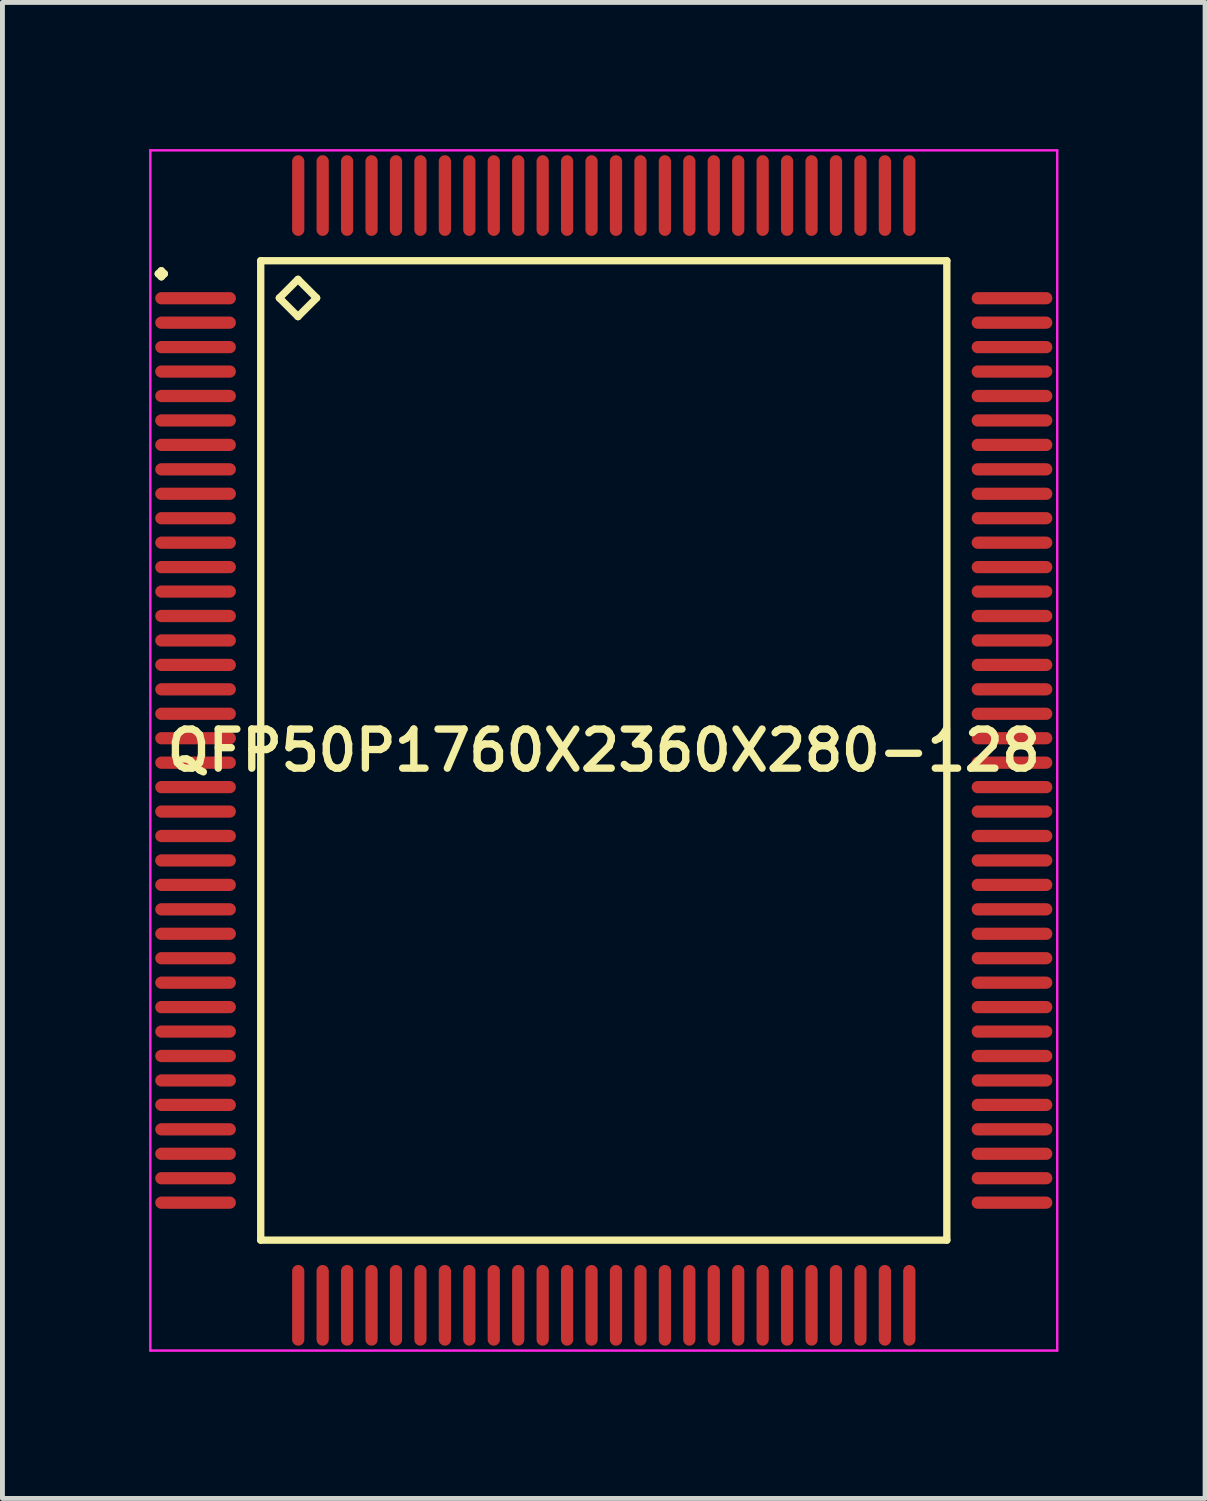
<source format=kicad_pcb>
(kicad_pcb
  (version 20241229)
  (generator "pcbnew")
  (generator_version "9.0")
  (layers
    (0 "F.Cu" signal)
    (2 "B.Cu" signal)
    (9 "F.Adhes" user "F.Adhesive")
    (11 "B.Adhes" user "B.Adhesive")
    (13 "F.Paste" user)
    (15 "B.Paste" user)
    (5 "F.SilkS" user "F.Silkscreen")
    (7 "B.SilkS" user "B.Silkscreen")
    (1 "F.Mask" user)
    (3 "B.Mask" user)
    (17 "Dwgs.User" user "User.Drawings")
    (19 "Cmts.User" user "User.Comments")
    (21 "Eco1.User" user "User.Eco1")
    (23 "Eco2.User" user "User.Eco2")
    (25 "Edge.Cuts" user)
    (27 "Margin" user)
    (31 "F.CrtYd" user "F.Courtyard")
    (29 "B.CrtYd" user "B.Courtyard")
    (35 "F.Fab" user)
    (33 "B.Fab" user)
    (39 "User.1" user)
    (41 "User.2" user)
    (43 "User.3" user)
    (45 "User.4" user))
  (footprint "QFP50P1760X2360X280-128"
    (layer "F.Cu")
    (at 9.3 12.3)
    (property "Reference" "QFP50P1760X2360X280-128" (at 0 0 0) (layer "F.SilkS") (effects (font (size 0.8 0.8) (thickness 0.15))))
    (attr smd)
    (fp_line (start -9.113 -9.75) (end -9.05 -9.812) (stroke (width 0.15) (type solid)) (layer "F.SilkS"))
    (fp_line (start -9.05 -9.812) (end -8.988 -9.75) (stroke (width 0.15) (type solid)) (layer "F.SilkS"))
    (fp_line (start -9.05 -9.688) (end -9.113 -9.75) (stroke (width 0.15) (type solid)) (layer "F.SilkS"))
    (fp_line (start -8.988 -9.75) (end -9.05 -9.688) (stroke (width 0.15) (type solid)) (layer "F.SilkS"))
    (fp_line (start -7.017 -10.017) (end -7.017 10.017) (stroke (width 0.15) (type solid)) (layer "F.SilkS"))
    (fp_line (start -7.017 10.017) (end 7.017 10.017) (stroke (width 0.15) (type solid)) (layer "F.SilkS"))
    (fp_line (start -6.636 -9.255) (end -6.255 -9.636) (stroke (width 0.15) (type solid)) (layer "F.SilkS"))
    (fp_line (start -6.255 -9.636) (end -5.874 -9.255) (stroke (width 0.15) (type solid)) (layer "F.SilkS"))
    (fp_line (start -6.255 -8.874) (end -6.636 -9.255) (stroke (width 0.15) (type solid)) (layer "F.SilkS"))
    (fp_line (start -5.874 -9.255) (end -6.255 -8.874) (stroke (width 0.15) (type solid)) (layer "F.SilkS"))
    (fp_line (start 7.017 -10.017) (end -7.017 -10.017) (stroke (width 0.15) (type solid)) (layer "F.SilkS"))
    (fp_line (start 7.017 10.017) (end 7.017 -10.017) (stroke (width 0.15) (type solid)) (layer "F.SilkS"))
    (fp_line (start -9.275 -12.275) (end 9.275 -12.275) (stroke (width 0.05) (type solid)) (layer "F.CrtYd"))
    (fp_line (start -9.275 12.275) (end -9.275 -12.275) (stroke (width 0.05) (type solid)) (layer "F.CrtYd"))
    (fp_line (start 9.275 -12.275) (end 9.275 12.275) (stroke (width 0.05) (type solid)) (layer "F.CrtYd"))
    (fp_line (start 9.275 12.275) (end -9.275 12.275) (stroke (width 0.05) (type solid)) (layer "F.CrtYd"))
    (pad "1" smd oval (at -8.35 -9.25) (size 1.65 0.25) (layers "F.Cu" "F.Mask" "F.Paste"))
    (pad "2" smd oval (at -8.35 -8.75) (size 1.65 0.25) (layers "F.Cu" "F.Mask" "F.Paste"))
    (pad "3" smd oval (at -8.35 -8.25) (size 1.65 0.25) (layers "F.Cu" "F.Mask" "F.Paste"))
    (pad "4" smd oval (at -8.35 -7.75) (size 1.65 0.25) (layers "F.Cu" "F.Mask" "F.Paste"))
    (pad "5" smd oval (at -8.35 -7.25) (size 1.65 0.25) (layers "F.Cu" "F.Mask" "F.Paste"))
    (pad "6" smd oval (at -8.35 -6.75) (size 1.65 0.25) (layers "F.Cu" "F.Mask" "F.Paste"))
    (pad "7" smd oval (at -8.35 -6.25) (size 1.65 0.25) (layers "F.Cu" "F.Mask" "F.Paste"))
    (pad "8" smd oval (at -8.35 -5.75) (size 1.65 0.25) (layers "F.Cu" "F.Mask" "F.Paste"))
    (pad "9" smd oval (at -8.35 -5.25) (size 1.65 0.25) (layers "F.Cu" "F.Mask" "F.Paste"))
    (pad "10" smd oval (at -8.35 -4.75) (size 1.65 0.25) (layers "F.Cu" "F.Mask" "F.Paste"))
    (pad "11" smd oval (at -8.35 -4.25) (size 1.65 0.25) (layers "F.Cu" "F.Mask" "F.Paste"))
    (pad "12" smd oval (at -8.35 -3.75) (size 1.65 0.25) (layers "F.Cu" "F.Mask" "F.Paste"))
    (pad "13" smd oval (at -8.35 -3.25) (size 1.65 0.25) (layers "F.Cu" "F.Mask" "F.Paste"))
    (pad "14" smd oval (at -8.35 -2.75) (size 1.65 0.25) (layers "F.Cu" "F.Mask" "F.Paste"))
    (pad "15" smd oval (at -8.35 -2.25) (size 1.65 0.25) (layers "F.Cu" "F.Mask" "F.Paste"))
    (pad "16" smd oval (at -8.35 -1.75) (size 1.65 0.25) (layers "F.Cu" "F.Mask" "F.Paste"))
    (pad "17" smd oval (at -8.35 -1.25) (size 1.65 0.25) (layers "F.Cu" "F.Mask" "F.Paste"))
    (pad "18" smd oval (at -8.35 -0.75) (size 1.65 0.25) (layers "F.Cu" "F.Mask" "F.Paste"))
    (pad "19" smd oval (at -8.35 -0.25) (size 1.65 0.25) (layers "F.Cu" "F.Mask" "F.Paste"))
    (pad "20" smd oval (at -8.35 0.25) (size 1.65 0.25) (layers "F.Cu" "F.Mask" "F.Paste"))
    (pad "21" smd oval (at -8.35 0.75) (size 1.65 0.25) (layers "F.Cu" "F.Mask" "F.Paste"))
    (pad "22" smd oval (at -8.35 1.25) (size 1.65 0.25) (layers "F.Cu" "F.Mask" "F.Paste"))
    (pad "23" smd oval (at -8.35 1.75) (size 1.65 0.25) (layers "F.Cu" "F.Mask" "F.Paste"))
    (pad "24" smd oval (at -8.35 2.25) (size 1.65 0.25) (layers "F.Cu" "F.Mask" "F.Paste"))
    (pad "25" smd oval (at -8.35 2.75) (size 1.65 0.25) (layers "F.Cu" "F.Mask" "F.Paste"))
    (pad "26" smd oval (at -8.35 3.25) (size 1.65 0.25) (layers "F.Cu" "F.Mask" "F.Paste"))
    (pad "27" smd oval (at -8.35 3.75) (size 1.65 0.25) (layers "F.Cu" "F.Mask" "F.Paste"))
    (pad "28" smd oval (at -8.35 4.25) (size 1.65 0.25) (layers "F.Cu" "F.Mask" "F.Paste"))
    (pad "29" smd oval (at -8.35 4.75) (size 1.65 0.25) (layers "F.Cu" "F.Mask" "F.Paste"))
    (pad "30" smd oval (at -8.35 5.25) (size 1.65 0.25) (layers "F.Cu" "F.Mask" "F.Paste"))
    (pad "31" smd oval (at -8.35 5.75) (size 1.65 0.25) (layers "F.Cu" "F.Mask" "F.Paste"))
    (pad "32" smd oval (at -8.35 6.25) (size 1.65 0.25) (layers "F.Cu" "F.Mask" "F.Paste"))
    (pad "33" smd oval (at -8.35 6.75) (size 1.65 0.25) (layers "F.Cu" "F.Mask" "F.Paste"))
    (pad "34" smd oval (at -8.35 7.25) (size 1.65 0.25) (layers "F.Cu" "F.Mask" "F.Paste"))
    (pad "35" smd oval (at -8.35 7.75) (size 1.65 0.25) (layers "F.Cu" "F.Mask" "F.Paste"))
    (pad "36" smd oval (at -8.35 8.25) (size 1.65 0.25) (layers "F.Cu" "F.Mask" "F.Paste"))
    (pad "37" smd oval (at -8.35 8.75) (size 1.65 0.25) (layers "F.Cu" "F.Mask" "F.Paste"))
    (pad "38" smd oval (at -8.35 9.25) (size 1.65 0.25) (layers "F.Cu" "F.Mask" "F.Paste"))
    (pad "39" smd oval (at -6.25 11.35) (size 0.25 1.65) (layers "F.Cu" "F.Mask" "F.Paste"))
    (pad "40" smd oval (at -5.75 11.35) (size 0.25 1.65) (layers "F.Cu" "F.Mask" "F.Paste"))
    (pad "41" smd oval (at -5.25 11.35) (size 0.25 1.65) (layers "F.Cu" "F.Mask" "F.Paste"))
    (pad "42" smd oval (at -4.75 11.35) (size 0.25 1.65) (layers "F.Cu" "F.Mask" "F.Paste"))
    (pad "43" smd oval (at -4.25 11.35) (size 0.25 1.65) (layers "F.Cu" "F.Mask" "F.Paste"))
    (pad "44" smd oval (at -3.75 11.35) (size 0.25 1.65) (layers "F.Cu" "F.Mask" "F.Paste"))
    (pad "45" smd oval (at -3.25 11.35) (size 0.25 1.65) (layers "F.Cu" "F.Mask" "F.Paste"))
    (pad "46" smd oval (at -2.75 11.35) (size 0.25 1.65) (layers "F.Cu" "F.Mask" "F.Paste"))
    (pad "47" smd oval (at -2.25 11.35) (size 0.25 1.65) (layers "F.Cu" "F.Mask" "F.Paste"))
    (pad "48" smd oval (at -1.75 11.35) (size 0.25 1.65) (layers "F.Cu" "F.Mask" "F.Paste"))
    (pad "49" smd oval (at -1.25 11.35) (size 0.25 1.65) (layers "F.Cu" "F.Mask" "F.Paste"))
    (pad "50" smd oval (at -0.75 11.35) (size 0.25 1.65) (layers "F.Cu" "F.Mask" "F.Paste"))
    (pad "51" smd oval (at -0.25 11.35) (size 0.25 1.65) (layers "F.Cu" "F.Mask" "F.Paste"))
    (pad "52" smd oval (at 0.25 11.35) (size 0.25 1.65) (layers "F.Cu" "F.Mask" "F.Paste"))
    (pad "53" smd oval (at 0.75 11.35) (size 0.25 1.65) (layers "F.Cu" "F.Mask" "F.Paste"))
    (pad "54" smd oval (at 1.25 11.35) (size 0.25 1.65) (layers "F.Cu" "F.Mask" "F.Paste"))
    (pad "55" smd oval (at 1.75 11.35) (size 0.25 1.65) (layers "F.Cu" "F.Mask" "F.Paste"))
    (pad "56" smd oval (at 2.25 11.35) (size 0.25 1.65) (layers "F.Cu" "F.Mask" "F.Paste"))
    (pad "57" smd oval (at 2.75 11.35) (size 0.25 1.65) (layers "F.Cu" "F.Mask" "F.Paste"))
    (pad "58" smd oval (at 3.25 11.35) (size 0.25 1.65) (layers "F.Cu" "F.Mask" "F.Paste"))
    (pad "59" smd oval (at 3.75 11.35) (size 0.25 1.65) (layers "F.Cu" "F.Mask" "F.Paste"))
    (pad "60" smd oval (at 4.25 11.35) (size 0.25 1.65) (layers "F.Cu" "F.Mask" "F.Paste"))
    (pad "61" smd oval (at 4.75 11.35) (size 0.25 1.65) (layers "F.Cu" "F.Mask" "F.Paste"))
    (pad "62" smd oval (at 5.25 11.35) (size 0.25 1.65) (layers "F.Cu" "F.Mask" "F.Paste"))
    (pad "63" smd oval (at 5.75 11.35) (size 0.25 1.65) (layers "F.Cu" "F.Mask" "F.Paste"))
    (pad "64" smd oval (at 6.25 11.35) (size 0.25 1.65) (layers "F.Cu" "F.Mask" "F.Paste"))
    (pad "65" smd oval (at 8.35 9.25) (size 1.65 0.25) (layers "F.Cu" "F.Mask" "F.Paste"))
    (pad "66" smd oval (at 8.35 8.75) (size 1.65 0.25) (layers "F.Cu" "F.Mask" "F.Paste"))
    (pad "67" smd oval (at 8.35 8.25) (size 1.65 0.25) (layers "F.Cu" "F.Mask" "F.Paste"))
    (pad "68" smd oval (at 8.35 7.75) (size 1.65 0.25) (layers "F.Cu" "F.Mask" "F.Paste"))
    (pad "69" smd oval (at 8.35 7.25) (size 1.65 0.25) (layers "F.Cu" "F.Mask" "F.Paste"))
    (pad "70" smd oval (at 8.35 6.75) (size 1.65 0.25) (layers "F.Cu" "F.Mask" "F.Paste"))
    (pad "71" smd oval (at 8.35 6.25) (size 1.65 0.25) (layers "F.Cu" "F.Mask" "F.Paste"))
    (pad "72" smd oval (at 8.35 5.75) (size 1.65 0.25) (layers "F.Cu" "F.Mask" "F.Paste"))
    (pad "73" smd oval (at 8.35 5.25) (size 1.65 0.25) (layers "F.Cu" "F.Mask" "F.Paste"))
    (pad "74" smd oval (at 8.35 4.75) (size 1.65 0.25) (layers "F.Cu" "F.Mask" "F.Paste"))
    (pad "75" smd oval (at 8.35 4.25) (size 1.65 0.25) (layers "F.Cu" "F.Mask" "F.Paste"))
    (pad "76" smd oval (at 8.35 3.75) (size 1.65 0.25) (layers "F.Cu" "F.Mask" "F.Paste"))
    (pad "77" smd oval (at 8.35 3.25) (size 1.65 0.25) (layers "F.Cu" "F.Mask" "F.Paste"))
    (pad "78" smd oval (at 8.35 2.75) (size 1.65 0.25) (layers "F.Cu" "F.Mask" "F.Paste"))
    (pad "79" smd oval (at 8.35 2.25) (size 1.65 0.25) (layers "F.Cu" "F.Mask" "F.Paste"))
    (pad "80" smd oval (at 8.35 1.75) (size 1.65 0.25) (layers "F.Cu" "F.Mask" "F.Paste"))
    (pad "81" smd oval (at 8.35 1.25) (size 1.65 0.25) (layers "F.Cu" "F.Mask" "F.Paste"))
    (pad "82" smd oval (at 8.35 0.75) (size 1.65 0.25) (layers "F.Cu" "F.Mask" "F.Paste"))
    (pad "83" smd oval (at 8.35 0.25) (size 1.65 0.25) (layers "F.Cu" "F.Mask" "F.Paste"))
    (pad "84" smd oval (at 8.35 -0.25) (size 1.65 0.25) (layers "F.Cu" "F.Mask" "F.Paste"))
    (pad "85" smd oval (at 8.35 -0.75) (size 1.65 0.25) (layers "F.Cu" "F.Mask" "F.Paste"))
    (pad "86" smd oval (at 8.35 -1.25) (size 1.65 0.25) (layers "F.Cu" "F.Mask" "F.Paste"))
    (pad "87" smd oval (at 8.35 -1.75) (size 1.65 0.25) (layers "F.Cu" "F.Mask" "F.Paste"))
    (pad "88" smd oval (at 8.35 -2.25) (size 1.65 0.25) (layers "F.Cu" "F.Mask" "F.Paste"))
    (pad "89" smd oval (at 8.35 -2.75) (size 1.65 0.25) (layers "F.Cu" "F.Mask" "F.Paste"))
    (pad "90" smd oval (at 8.35 -3.25) (size 1.65 0.25) (layers "F.Cu" "F.Mask" "F.Paste"))
    (pad "91" smd oval (at 8.35 -3.75) (size 1.65 0.25) (layers "F.Cu" "F.Mask" "F.Paste"))
    (pad "92" smd oval (at 8.35 -4.25) (size 1.65 0.25) (layers "F.Cu" "F.Mask" "F.Paste"))
    (pad "93" smd oval (at 8.35 -4.75) (size 1.65 0.25) (layers "F.Cu" "F.Mask" "F.Paste"))
    (pad "94" smd oval (at 8.35 -5.25) (size 1.65 0.25) (layers "F.Cu" "F.Mask" "F.Paste"))
    (pad "95" smd oval (at 8.35 -5.75) (size 1.65 0.25) (layers "F.Cu" "F.Mask" "F.Paste"))
    (pad "96" smd oval (at 8.35 -6.25) (size 1.65 0.25) (layers "F.Cu" "F.Mask" "F.Paste"))
    (pad "97" smd oval (at 8.35 -6.75) (size 1.65 0.25) (layers "F.Cu" "F.Mask" "F.Paste"))
    (pad "98" smd oval (at 8.35 -7.25) (size 1.65 0.25) (layers "F.Cu" "F.Mask" "F.Paste"))
    (pad "99" smd oval (at 8.35 -7.75) (size 1.65 0.25) (layers "F.Cu" "F.Mask" "F.Paste"))
    (pad "100" smd oval (at 8.35 -8.25) (size 1.65 0.25) (layers "F.Cu" "F.Mask" "F.Paste"))
    (pad "101" smd oval (at 8.35 -8.75) (size 1.65 0.25) (layers "F.Cu" "F.Mask" "F.Paste"))
    (pad "102" smd oval (at 8.35 -9.25) (size 1.65 0.25) (layers "F.Cu" "F.Mask" "F.Paste"))
    (pad "103" smd oval (at 6.25 -11.35) (size 0.25 1.65) (layers "F.Cu" "F.Mask" "F.Paste"))
    (pad "104" smd oval (at 5.75 -11.35) (size 0.25 1.65) (layers "F.Cu" "F.Mask" "F.Paste"))
    (pad "105" smd oval (at 5.25 -11.35) (size 0.25 1.65) (layers "F.Cu" "F.Mask" "F.Paste"))
    (pad "106" smd oval (at 4.75 -11.35) (size 0.25 1.65) (layers "F.Cu" "F.Mask" "F.Paste"))
    (pad "107" smd oval (at 4.25 -11.35) (size 0.25 1.65) (layers "F.Cu" "F.Mask" "F.Paste"))
    (pad "108" smd oval (at 3.75 -11.35) (size 0.25 1.65) (layers "F.Cu" "F.Mask" "F.Paste"))
    (pad "109" smd oval (at 3.25 -11.35) (size 0.25 1.65) (layers "F.Cu" "F.Mask" "F.Paste"))
    (pad "110" smd oval (at 2.75 -11.35) (size 0.25 1.65) (layers "F.Cu" "F.Mask" "F.Paste"))
    (pad "111" smd oval (at 2.25 -11.35) (size 0.25 1.65) (layers "F.Cu" "F.Mask" "F.Paste"))
    (pad "112" smd oval (at 1.75 -11.35) (size 0.25 1.65) (layers "F.Cu" "F.Mask" "F.Paste"))
    (pad "113" smd oval (at 1.25 -11.35) (size 0.25 1.65) (layers "F.Cu" "F.Mask" "F.Paste"))
    (pad "114" smd oval (at 0.75 -11.35) (size 0.25 1.65) (layers "F.Cu" "F.Mask" "F.Paste"))
    (pad "115" smd oval (at 0.25 -11.35) (size 0.25 1.65) (layers "F.Cu" "F.Mask" "F.Paste"))
    (pad "116" smd oval (at -0.25 -11.35) (size 0.25 1.65) (layers "F.Cu" "F.Mask" "F.Paste"))
    (pad "117" smd oval (at -0.75 -11.35) (size 0.25 1.65) (layers "F.Cu" "F.Mask" "F.Paste"))
    (pad "118" smd oval (at -1.25 -11.35) (size 0.25 1.65) (layers "F.Cu" "F.Mask" "F.Paste"))
    (pad "119" smd oval (at -1.75 -11.35) (size 0.25 1.65) (layers "F.Cu" "F.Mask" "F.Paste"))
    (pad "120" smd oval (at -2.25 -11.35) (size 0.25 1.65) (layers "F.Cu" "F.Mask" "F.Paste"))
    (pad "121" smd oval (at -2.75 -11.35) (size 0.25 1.65) (layers "F.Cu" "F.Mask" "F.Paste"))
    (pad "122" smd oval (at -3.25 -11.35) (size 0.25 1.65) (layers "F.Cu" "F.Mask" "F.Paste"))
    (pad "123" smd oval (at -3.75 -11.35) (size 0.25 1.65) (layers "F.Cu" "F.Mask" "F.Paste"))
    (pad "124" smd oval (at -4.25 -11.35) (size 0.25 1.65) (layers "F.Cu" "F.Mask" "F.Paste"))
    (pad "125" smd oval (at -4.75 -11.35) (size 0.25 1.65) (layers "F.Cu" "F.Mask" "F.Paste"))
    (pad "126" smd oval (at -5.25 -11.35) (size 0.25 1.65) (layers "F.Cu" "F.Mask" "F.Paste"))
    (pad "127" smd oval (at -5.75 -11.35) (size 0.25 1.65) (layers "F.Cu" "F.Mask" "F.Paste"))
    (pad "128" smd oval (at -6.25 -11.35) (size 0.25 1.65) (layers "F.Cu" "F.Mask" "F.Paste")))
  (gr_rect
    (start -3 -3)
    (end 21.6 27.6)
    (stroke (width 0.1) (type default))
    (fill no)
    (layer "Edge.Cuts")))
</source>
